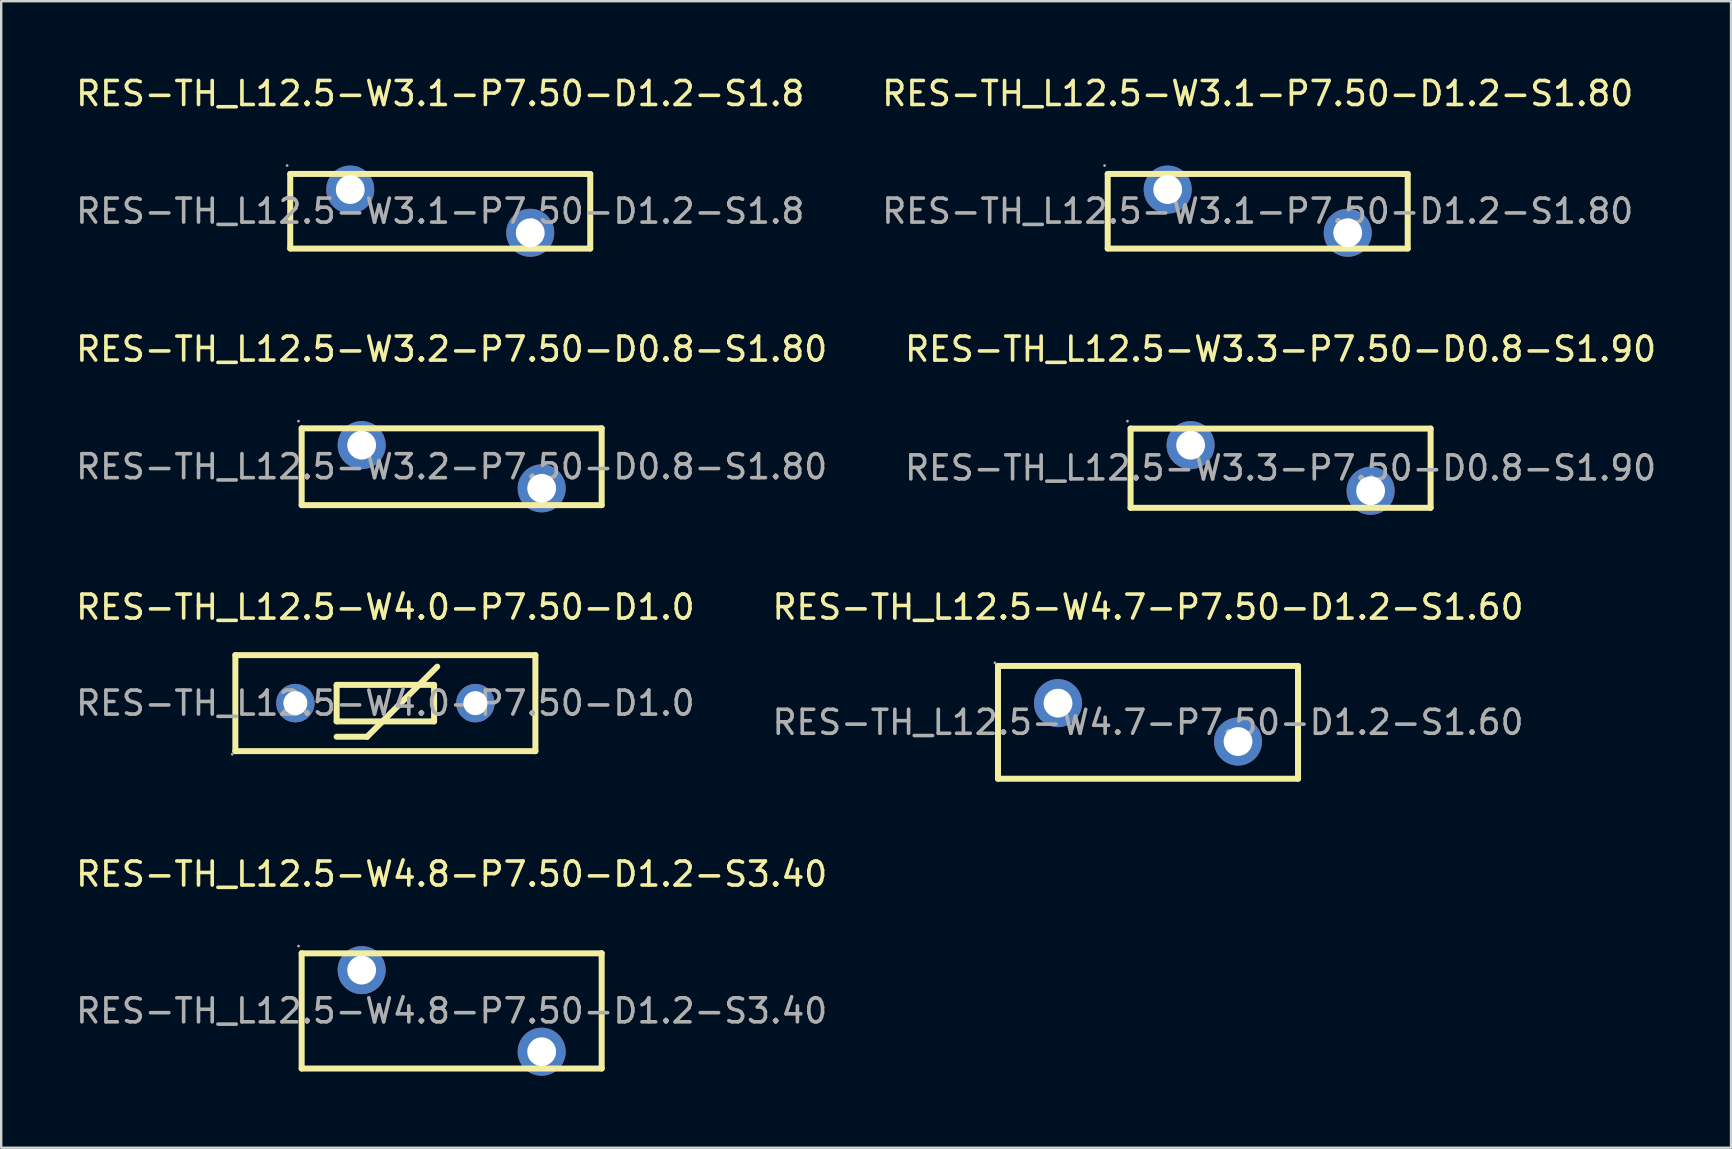
<source format=kicad_pcb>
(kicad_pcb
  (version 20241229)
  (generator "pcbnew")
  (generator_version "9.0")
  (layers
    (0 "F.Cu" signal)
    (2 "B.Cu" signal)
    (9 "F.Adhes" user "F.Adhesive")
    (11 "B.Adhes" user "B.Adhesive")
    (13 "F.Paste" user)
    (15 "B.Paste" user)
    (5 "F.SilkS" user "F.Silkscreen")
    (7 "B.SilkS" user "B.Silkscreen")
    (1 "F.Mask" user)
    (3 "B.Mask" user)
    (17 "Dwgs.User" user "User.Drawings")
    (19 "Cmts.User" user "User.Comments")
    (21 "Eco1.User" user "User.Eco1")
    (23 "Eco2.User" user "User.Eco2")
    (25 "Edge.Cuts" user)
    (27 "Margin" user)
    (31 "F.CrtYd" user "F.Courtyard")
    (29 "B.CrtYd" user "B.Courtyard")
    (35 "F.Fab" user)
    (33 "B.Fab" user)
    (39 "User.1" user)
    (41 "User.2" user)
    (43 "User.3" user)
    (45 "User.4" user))
  (footprint "RES-TH_L12.5-W3.1-P7.50-D1.2-S1.80"
    (layer "F.Cu")
    (at 49.351 5.748)
    (property "Reference" "RES-TH_L12.5-W3.1-P7.50-D1.2-S1.80" (at 0 -4.9 0) (layer "F.SilkS") (effects (font (size 1 1) (thickness 0.15))))
    (attr through_hole)
    (fp_line (start -6.25 -1.55) (end 6.06 -1.55) (stroke (width 0.25) (type solid)) (layer "F.SilkS"))
    (fp_line (start -6.25 1.55) (end -6.25 -1.55) (stroke (width 0.25) (type solid)) (layer "F.SilkS"))
    (fp_line (start 6.06 -1.55) (end 6.25 -1.55) (stroke (width 0.25) (type solid)) (layer "F.SilkS"))
    (fp_line (start 6.25 -1.55) (end 6.25 1.55) (stroke (width 0.25) (type solid)) (layer "F.SilkS"))
    (fp_line (start 6.25 1.56) (end -6.25 1.56) (stroke (width 0.25) (type solid)) (layer "F.SilkS"))
    (fp_circle (center -6.38 -1.9) (end -6.35 -1.9) (stroke (width 0.06) (type solid)) (fill no) (layer "F.Fab"))
    (fp_circle (center -3.75 -0.9) (end -3.5 -0.9) (stroke (width 0.5) (type solid)) (fill no) (layer "F.Fab"))
    (fp_circle (center 3.75 0.9) (end 4 0.9) (stroke (width 0.5) (type solid)) (fill no) (layer "F.Fab"))
    (fp_text user "${REFERENCE}" (at 0 0 0) (layer "F.Fab") (effects (font (size 1 1) (thickness 0.15))))
    (pad "1" thru_hole circle (at -3.75 -0.9) (size 2 2) (drill 1.2) (layers "*.Cu" "*.Paste" "*.Mask"))
    (pad "2" thru_hole circle (at 3.75 0.9) (size 2 2) (drill 1.2) (layers "*.Cu" "*.Paste" "*.Mask")))
  (footprint "RES-TH_L12.5-W3.1-P7.50-D1.2-S1.8"
    (layer "F.Cu")
    (at 15.292 5.748)
    (property "Reference" "RES-TH_L12.5-W3.1-P7.50-D1.2-S1.8" (at 0 -4.9 0) (layer "F.SilkS") (effects (font (size 1 1) (thickness 0.15))))
    (attr through_hole)
    (fp_line (start -6.25 -1.55) (end 6.06 -1.55) (stroke (width 0.25) (type solid)) (layer "F.SilkS"))
    (fp_line (start -6.25 1.55) (end -6.25 -1.55) (stroke (width 0.25) (type solid)) (layer "F.SilkS"))
    (fp_line (start 6.06 -1.55) (end 6.25 -1.55) (stroke (width 0.25) (type solid)) (layer "F.SilkS"))
    (fp_line (start 6.25 -1.55) (end 6.25 1.55) (stroke (width 0.25) (type solid)) (layer "F.SilkS"))
    (fp_line (start 6.25 1.56) (end -6.25 1.56) (stroke (width 0.25) (type solid)) (layer "F.SilkS"))
    (fp_circle (center -6.38 -1.9) (end -6.35 -1.9) (stroke (width 0.06) (type solid)) (fill no) (layer "F.Fab"))
    (fp_circle (center -3.75 -0.9) (end -3.5 -0.9) (stroke (width 0.5) (type solid)) (fill no) (layer "F.Fab"))
    (fp_circle (center 3.75 0.9) (end 4 0.9) (stroke (width 0.5) (type solid)) (fill no) (layer "F.Fab"))
    (fp_text user "${REFERENCE}" (at 0 0 0) (layer "F.Fab") (effects (font (size 1 1) (thickness 0.15))))
    (pad "1" thru_hole circle (at -3.75 -0.9) (size 2 2) (drill 1.2) (layers "*.Cu" "*.Paste" "*.Mask"))
    (pad "2" thru_hole circle (at 3.75 0.9) (size 2 2) (drill 1.2) (layers "*.Cu" "*.Paste" "*.Mask")))
  (footprint "RES-TH_L12.5-W4.0-P7.50-D1.0"
    (layer "F.Cu")
    (at 13.006 26.245)
    (property "Reference" "RES-TH_L12.5-W4.0-P7.50-D1.0" (at 0 -4 0) (layer "F.SilkS") (effects (font (size 1 1) (thickness 0.15))))
    (attr through_hole)
    (fp_line (start -6.25 -2) (end 6.25 -2) (stroke (width 0.25) (type solid)) (layer "F.SilkS"))
    (fp_line (start -6.25 2) (end -6.25 -2) (stroke (width 0.25) (type solid)) (layer "F.SilkS"))
    (fp_line (start -6.25 2) (end 6.25 2) (stroke (width 0.25) (type solid)) (layer "F.SilkS"))
    (fp_line (start -2.03 -0.76) (end 2.03 -0.76) (stroke (width 0.25) (type solid)) (layer "F.SilkS"))
    (fp_line (start -2.03 0.76) (end -2.03 -0.76) (stroke (width 0.25) (type solid)) (layer "F.SilkS"))
    (fp_line (start -2.03 1.4) (end -0.76 1.4) (stroke (width 0.25) (type solid)) (layer "F.SilkS"))
    (fp_line (start -0.76 1.4) (end 2.16 -1.52) (stroke (width 0.25) (type solid)) (layer "F.SilkS"))
    (fp_line (start 2.03 -0.76) (end 2.03 0.76) (stroke (width 0.25) (type solid)) (layer "F.SilkS"))
    (fp_line (start 2.03 0.76) (end -2.03 0.76) (stroke (width 0.25) (type solid)) (layer "F.SilkS"))
    (fp_line (start 6.25 -2) (end 6.25 2) (stroke (width 0.25) (type solid)) (layer "F.SilkS"))
    (fp_circle (center -6.38 2.13) (end -6.35 2.13) (stroke (width 0.06) (type solid)) (fill no) (layer "F.Fab"))
    (fp_circle (center -3.75 0) (end -3.55 0) (stroke (width 0.4) (type solid)) (fill no) (layer "F.Fab"))
    (fp_circle (center 3.75 0) (end 3.95 0) (stroke (width 0.4) (type solid)) (fill no) (layer "F.Fab"))
    (fp_text user "${REFERENCE}" (at 0 0 0) (layer "F.Fab") (effects (font (size 1 1) (thickness 0.15))))
    (pad "1" thru_hole circle (at -3.75 0) (size 1.6 1.6) (drill 1) (layers "*.Cu" "*.Paste" "*.Mask"))
    (pad "2" thru_hole circle (at 3.75 0) (size 1.6 1.6) (drill 1) (layers "*.Cu" "*.Paste" "*.Mask")))
  (footprint "RES-TH_L12.5-W3.2-P7.50-D0.8-S1.80"
    (layer "F.Cu")
    (at 15.768 16.396)
    (property "Reference" "RES-TH_L12.5-W3.2-P7.50-D0.8-S1.80" (at 0 -4.9 0) (layer "F.SilkS") (effects (font (size 1 1) (thickness 0.15))))
    (attr through_hole)
    (fp_line (start -6.25 -1.6) (end 6.25 -1.6) (stroke (width 0.25) (type solid)) (layer "F.SilkS"))
    (fp_line (start -6.25 1.6) (end -6.25 -1.6) (stroke (width 0.25) (type solid)) (layer "F.SilkS"))
    (fp_line (start 6.25 -1.6) (end 6.25 1.6) (stroke (width 0.25) (type solid)) (layer "F.SilkS"))
    (fp_line (start 6.25 1.6) (end -6.25 1.6) (stroke (width 0.25) (type solid)) (layer "F.SilkS"))
    (fp_circle (center -6.38 -1.9) (end -6.35 -1.9) (stroke (width 0.06) (type solid)) (fill no) (layer "F.Fab"))
    (fp_circle (center -3.75 -0.9) (end -3.5 -0.9) (stroke (width 0.5) (type solid)) (fill no) (layer "F.Fab"))
    (fp_circle (center 3.75 0.9) (end 4 0.9) (stroke (width 0.5) (type solid)) (fill no) (layer "F.Fab"))
    (fp_text user "${REFERENCE}" (at 0 0 0) (layer "F.Fab") (effects (font (size 1 1) (thickness 0.15))))
    (pad "1" thru_hole circle (at -3.75 -0.9) (size 2 2) (drill 1.2) (layers "*.Cu" "*.Paste" "*.Mask"))
    (pad "2" thru_hole circle (at 3.75 0.9) (size 2 2) (drill 1.2) (layers "*.Cu" "*.Paste" "*.Mask")))
  (footprint "RES-TH_L12.5-W3.3-P7.50-D0.8-S1.90"
    (layer "F.Cu")
    (at 50.304 16.447)
    (property "Reference" "RES-TH_L12.5-W3.3-P7.50-D0.8-S1.90" (at 0 -4.95 0) (layer "F.SilkS") (effects (font (size 1 1) (thickness 0.15))))
    (attr through_hole)
    (fp_line (start -6.25 -1.64) (end 6.25 -1.64) (stroke (width 0.25) (type solid)) (layer "F.SilkS"))
    (fp_line (start -6.25 1.66) (end -6.25 -1.64) (stroke (width 0.25) (type solid)) (layer "F.SilkS"))
    (fp_line (start 6.25 -1.64) (end 6.25 1.66) (stroke (width 0.25) (type solid)) (layer "F.SilkS"))
    (fp_line (start 6.25 1.66) (end -6.25 1.66) (stroke (width 0.25) (type solid)) (layer "F.SilkS"))
    (fp_circle (center -6.38 -1.95) (end -6.35 -1.95) (stroke (width 0.06) (type solid)) (fill no) (layer "F.Fab"))
    (fp_circle (center -3.75 -0.95) (end -3.5 -0.95) (stroke (width 0.5) (type solid)) (fill no) (layer "F.Fab"))
    (fp_circle (center 3.75 0.95) (end 4 0.95) (stroke (width 0.5) (type solid)) (fill no) (layer "F.Fab"))
    (fp_text user "${REFERENCE}" (at 0 0 0) (layer "F.Fab") (effects (font (size 1 1) (thickness 0.15))))
    (pad "1" thru_hole circle (at -3.75 -0.95) (size 2 2) (drill 1.2) (layers "*.Cu" "*.Paste" "*.Mask"))
    (pad "2" thru_hole circle (at 3.75 0.95) (size 2 2) (drill 1.2) (layers "*.Cu" "*.Paste" "*.Mask")))
  (footprint "RES-TH_L12.5-W4.7-P7.50-D1.2-S1.60"
    (layer "F.Cu")
    (at 44.78 27.045)
    (property "Reference" "RES-TH_L12.5-W4.7-P7.50-D1.2-S1.60" (at 0 -4.8 0) (layer "F.SilkS") (effects (font (size 1 1) (thickness 0.15))))
    (attr through_hole)
    (fp_line (start -6.25 -2.35) (end 6.25 -2.35) (stroke (width 0.25) (type solid)) (layer "F.SilkS"))
    (fp_line (start -6.25 2.35) (end -6.25 -2.35) (stroke (width 0.25) (type solid)) (layer "F.SilkS"))
    (fp_line (start 6.25 -2.35) (end 6.25 2.35) (stroke (width 0.25) (type solid)) (layer "F.SilkS"))
    (fp_line (start 6.25 2.35) (end -6.25 2.35) (stroke (width 0.25) (type solid)) (layer "F.SilkS"))
    (fp_circle (center -6.38 -2.48) (end -6.35 -2.48) (stroke (width 0.06) (type solid)) (fill no) (layer "F.Fab"))
    (fp_circle (center -3.75 -0.8) (end -3.5 -0.8) (stroke (width 0.5) (type solid)) (fill no) (layer "F.Fab"))
    (fp_circle (center 3.75 0.8) (end 4 0.8) (stroke (width 0.5) (type solid)) (fill no) (layer "F.Fab"))
    (fp_text user "${REFERENCE}" (at 0 0 0) (layer "F.Fab") (effects (font (size 1 1) (thickness 0.15))))
    (pad "1" thru_hole circle (at -3.75 -0.8) (size 2 2) (drill 1.2) (layers "*.Cu" "*.Paste" "*.Mask"))
    (pad "2" thru_hole circle (at 3.75 0.8) (size 2 2) (drill 1.2) (layers "*.Cu" "*.Paste" "*.Mask")))
  (footprint "RES-TH_L12.5-W4.8-P7.50-D1.2-S3.40"
    (layer "F.Cu")
    (at 15.768 39.068)
    (property "Reference" "RES-TH_L12.5-W4.8-P7.50-D1.2-S3.40" (at 0 -5.7 0) (layer "F.SilkS") (effects (font (size 1 1) (thickness 0.15))))
    (attr through_hole)
    (fp_line (start -6.25 -2.4) (end 6.25 -2.4) (stroke (width 0.25) (type solid)) (layer "F.SilkS"))
    (fp_line (start -6.25 2.4) (end -6.25 -2.4) (stroke (width 0.25) (type solid)) (layer "F.SilkS"))
    (fp_line (start 6.25 -2.4) (end 6.25 2.4) (stroke (width 0.25) (type solid)) (layer "F.SilkS"))
    (fp_line (start 6.25 2.4) (end -6.25 2.4) (stroke (width 0.25) (type solid)) (layer "F.SilkS"))
    (fp_circle (center -6.38 -2.7) (end -6.35 -2.7) (stroke (width 0.06) (type solid)) (fill no) (layer "F.Fab"))
    (fp_circle (center -3.75 -1.7) (end -3.5 -1.7) (stroke (width 0.5) (type solid)) (fill no) (layer "F.Fab"))
    (fp_circle (center 3.75 1.7) (end 4 1.7) (stroke (width 0.5) (type solid)) (fill no) (layer "F.Fab"))
    (fp_text user "${REFERENCE}" (at 0 0 0) (layer "F.Fab") (effects (font (size 1 1) (thickness 0.15))))
    (pad "1" thru_hole circle (at -3.75 -1.7) (size 2 2) (drill 1.2) (layers "*.Cu" "*.Paste" "*.Mask"))
    (pad "2" thru_hole circle (at 3.75 1.7) (size 2 2) (drill 1.2) (layers "*.Cu" "*.Paste" "*.Mask")))
  (gr_rect
    (start -3 -3)
    (end 69.071 44.768)
    (stroke (width 0.1) (type default))
    (fill no)
    (layer "Edge.Cuts")))
</source>
